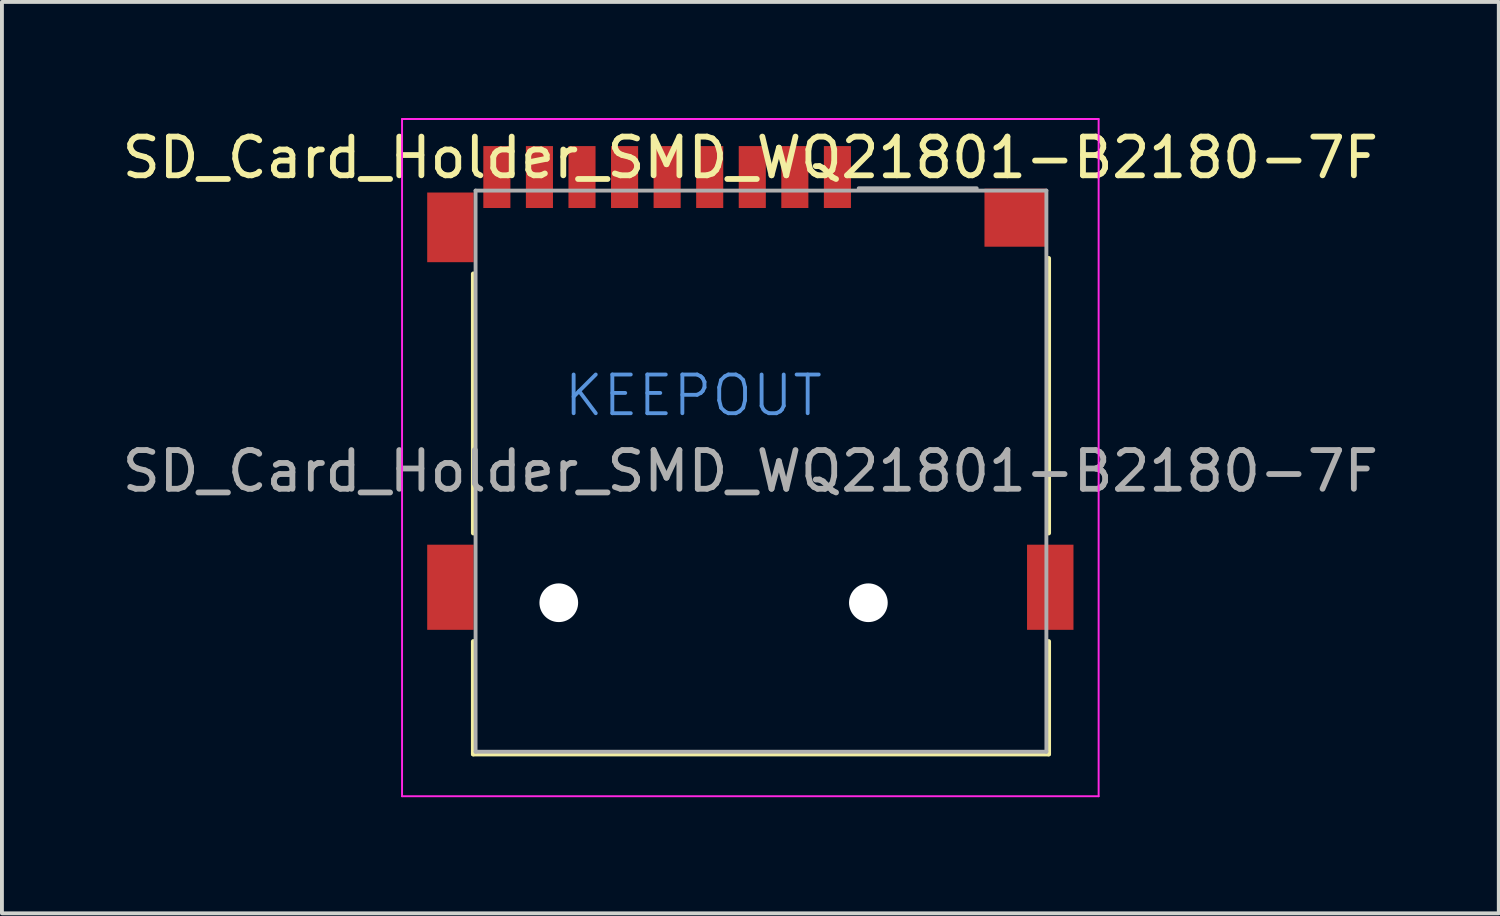
<source format=kicad_pcb>
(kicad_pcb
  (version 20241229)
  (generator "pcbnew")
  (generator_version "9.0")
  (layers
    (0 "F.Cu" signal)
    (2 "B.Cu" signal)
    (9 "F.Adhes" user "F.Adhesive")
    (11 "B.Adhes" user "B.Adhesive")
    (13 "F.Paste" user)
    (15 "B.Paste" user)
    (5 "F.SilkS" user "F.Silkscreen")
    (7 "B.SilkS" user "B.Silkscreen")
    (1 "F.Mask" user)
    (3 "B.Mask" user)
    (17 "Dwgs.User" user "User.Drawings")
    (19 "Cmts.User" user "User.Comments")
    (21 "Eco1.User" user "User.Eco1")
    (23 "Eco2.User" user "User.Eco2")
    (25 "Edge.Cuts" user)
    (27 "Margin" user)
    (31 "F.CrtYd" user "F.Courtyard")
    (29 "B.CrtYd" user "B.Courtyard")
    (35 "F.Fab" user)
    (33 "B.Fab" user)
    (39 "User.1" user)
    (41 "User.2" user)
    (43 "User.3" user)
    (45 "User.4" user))
  (footprint "SD_Card_Holder_SMD_WQ21801-B2180-7F"
    (layer "F.Cu")
    (at 16.339 1.525)
    (property "Reference" "SD_Card_Holder_SMD_WQ21801-B2180-7F" (at 0 -0.5 0) (unlocked yes) (layer "F.SilkS") (effects (font (size 1 1) (thickness 0.15))))
    (attr smd)
    (fp_line (start -7.16 2.5) (end -7.16 9.2) (stroke (width 0.12) (type default)) (layer "F.SilkS"))
    (fp_line (start -7.16 12) (end -7.16 14.91) (stroke (width 0.12) (type default)) (layer "F.SilkS"))
    (fp_line (start -7.16 14.91) (end 7.71 14.91) (stroke (width 0.12) (type default)) (layer "F.SilkS"))
    (fp_line (start 7.71 2.1) (end 7.71 9.2) (stroke (width 0.12) (type default)) (layer "F.SilkS"))
    (fp_line (start 7.71 12) (end 7.71 14.91) (stroke (width 0.12) (type default)) (layer "F.SilkS"))
    (fp_line (start -9 -1.5) (end -9 16) (stroke (width 0.05) (type default)) (layer "F.CrtYd"))
    (fp_line (start -9 -1.5) (end 9 -1.5) (stroke (width 0.05) (type default)) (layer "F.CrtYd"))
    (fp_line (start -9 16) (end 9 16) (stroke (width 0.05) (type default)) (layer "F.CrtYd"))
    (fp_line (start 9 -1.5) (end 9 16) (stroke (width 0.05) (type default)) (layer "F.CrtYd"))
    (fp_line (start -7.1 0.35) (end -7.1 14.85) (stroke (width 0.1) (type default)) (layer "F.Fab"))
    (fp_line (start 5.85 0.29) (end 2.8 0.29) (stroke (width 0.1) (type default)) (layer "F.Fab"))
    (fp_line (start 7.65 0.35) (end -7.1 0.35) (stroke (width 0.1) (type default)) (layer "F.Fab"))
    (fp_line (start 7.65 0.35) (end 7.65 14.85) (stroke (width 0.1) (type default)) (layer "F.Fab"))
    (fp_line (start 7.65 14.85) (end -7.1 14.85) (stroke (width 0.1) (type default)) (layer "F.Fab"))
    (fp_text user "KEEPOUT" (at -4.87 6.23 0) (unlocked yes) (layer "Cmts.User") (effects (font (size 1 1) (thickness 0.1)) (justify left bottom)))
    (fp_text user "${REFERENCE}" (at 0 7.6 0) (unlocked yes) (layer "F.Fab") (effects (font (size 1 1) (thickness 0.15))))
    (pad "" np_thru_hole circle (at -4.95 11) (size 1 1) (drill 1) (layers "*.Cu" "*.Mask"))
    (pad "" np_thru_hole circle (at 3.05 11) (size 1 1) (drill 1) (layers "*.Cu" "*.Mask"))
    (pad "1" smd rect (at 2.25 0) (size 0.7 1.6) (layers "F.Cu" "F.Mask" "F.Paste"))
    (pad "2" smd rect (at 1.15 0) (size 0.7 1.6) (layers "F.Cu" "F.Mask" "F.Paste"))
    (pad "3" smd rect (at 0.05 0) (size 0.7 1.6) (layers "F.Cu" "F.Mask" "F.Paste"))
    (pad "4" smd rect (at -1.05 0) (size 0.7 1.6) (layers "F.Cu" "F.Mask" "F.Paste"))
    (pad "5" smd rect (at -2.15 0) (size 0.7 1.6) (layers "F.Cu" "F.Mask" "F.Paste"))
    (pad "6" smd rect (at -3.25 0) (size 0.7 1.6) (layers "F.Cu" "F.Mask" "F.Paste"))
    (pad "7" smd rect (at -4.35 0) (size 0.7 1.6) (layers "F.Cu" "F.Mask" "F.Paste"))
    (pad "8" smd rect (at -5.45 0) (size 0.7 1.6) (layers "F.Cu" "F.Mask" "F.Paste"))
    (pad "9" smd rect (at -6.55 0) (size 0.7 1.6) (layers "F.Cu" "F.Mask" "F.Paste"))
    (pad "10" smd rect (at -7.75 1.3) (size 1.2 1.8) (layers "F.Cu" "F.Mask" "F.Paste"))
    (pad "10" smd rect (at -7.75 10.6) (size 1.2 2.2) (layers "F.Cu" "F.Mask" "F.Paste"))
    (pad "10" smd rect (at 6.85 1.05) (size 1.6 1.5) (layers "F.Cu" "F.Mask" "F.Paste"))
    (pad "10" smd rect (at 7.75 10.6) (size 1.2 2.2) (layers "F.Cu" "F.Mask" "F.Paste"))
    (zone (net_name "") (layer "F.Cu") (hatch full 0.5) (connect_pads) (min_thickness 0.25) (filled_areas_thickness no) (keepout (tracks not_allowed) (vias not_allowed) (pads not_allowed) (copperpour not_allowed) (footprints not_allowed)) (placement (enabled no)) (fill) (polygon (pts (xy 18.889 8.095) (xy 10.589 8.095) (xy 10.589 6.095) (xy 18.889 6.095)))))
  (gr_rect
    (start -3 -3)
    (end 35.679 20.55)
    (stroke (width 0.1) (type default))
    (fill no)
    (layer "Edge.Cuts")))
</source>
